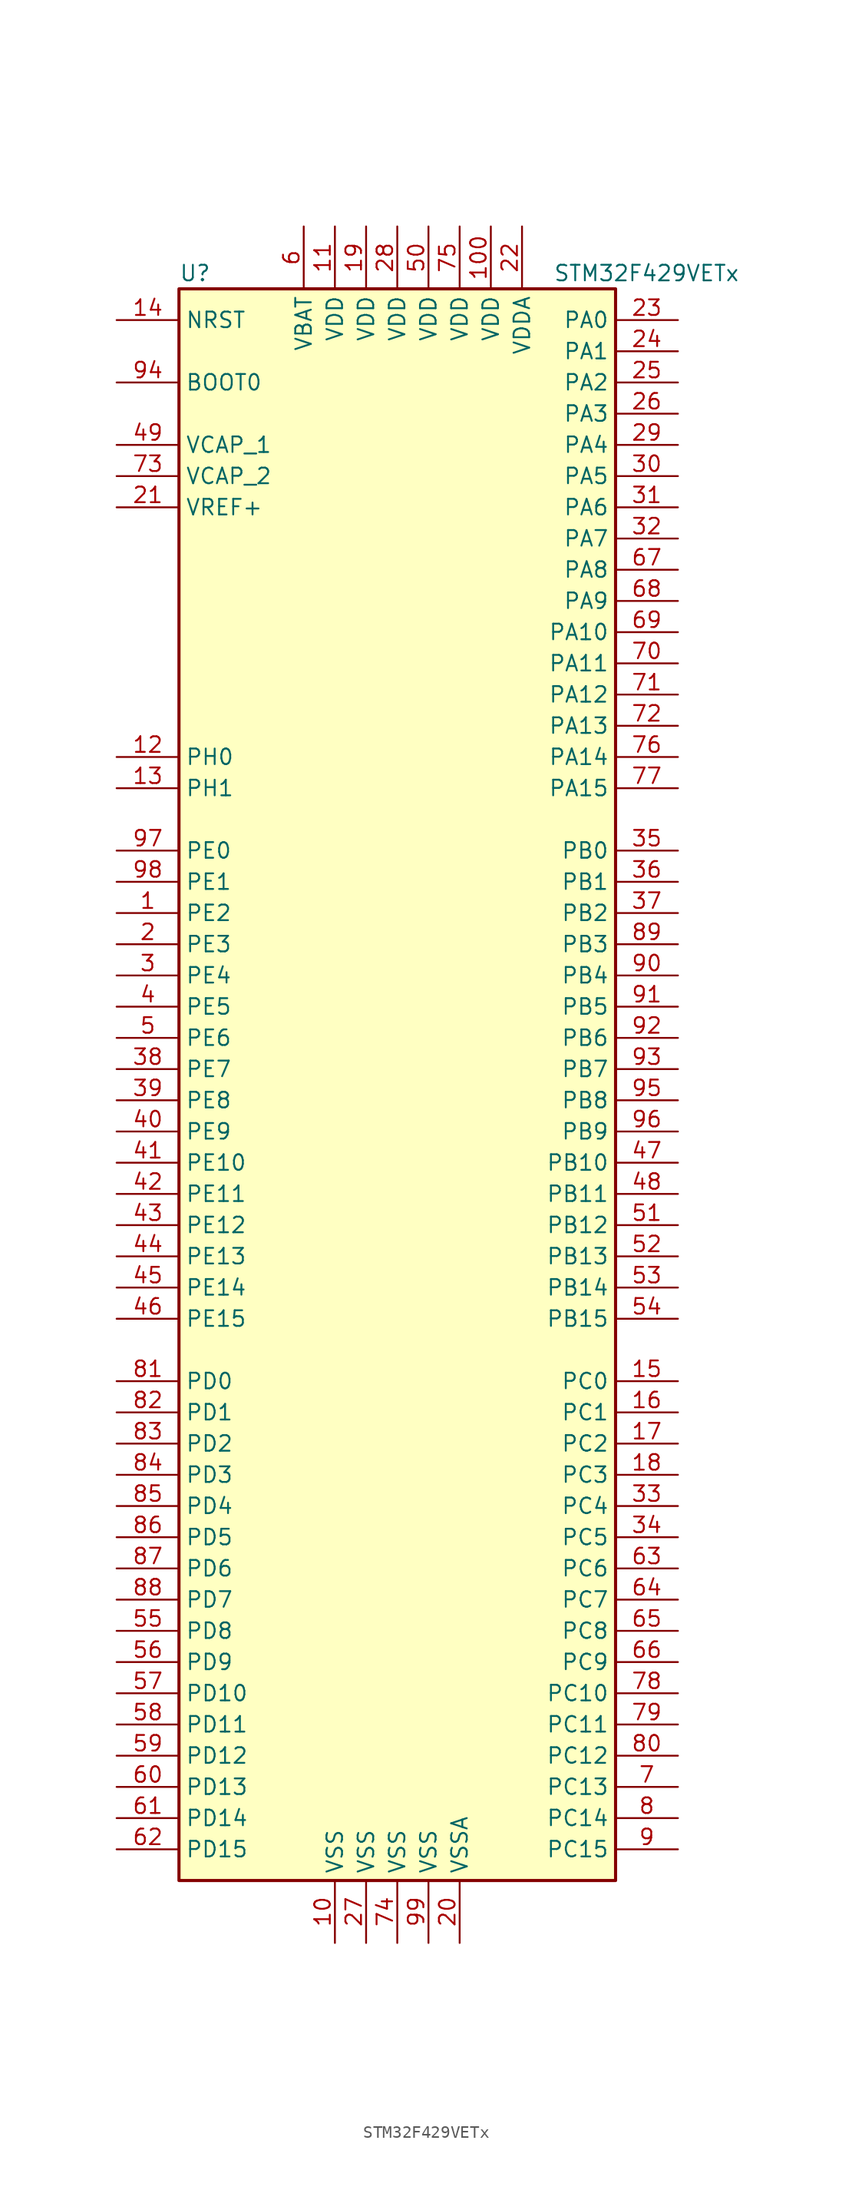
<source format=kicad_sym>
(kicad_symbol_lib
  (version 20201005)
  (generator kicad_symbol_editor)
  (symbol "STM32F429VETx"
    (property "Reference" "U"
      (at -17.78 64.77 0)
      (effects (font (size 1.27 1.27)) (justify left)))
    (property "Value" "STM32F429VETx"
      (at 12.7 64.77 0)
      (effects (font (size 1.27 1.27)) (justify left)))
    (symbol "STM32F429VETx_0_1"
      (rectangle (start -17.78 -66.04) (end 17.78 63.5) (stroke (width 0.254)) (fill (type background))))
    (symbol "STM32F429VETx_1_1"
      (pin input line (at -22.86 55.88 0) (length 5.08) (name "BOOT0" (effects (font (size 1.27 1.27)))) (number "94" (effects (font (size 1.27 1.27)))))
      (pin input line (at -22.86 60.96 0) (length 5.08) (name "NRST" (effects (font (size 1.27 1.27)))) (number "14" (effects (font (size 1.27 1.27)))))
      (pin bidirectional line (at 22.86 60.96 180) (length 5.08) (name "PA0" (effects (font (size 1.27 1.27)))) (number "23" (effects (font (size 1.27 1.27)))))
      (pin bidirectional line (at 22.86 58.42 180) (length 5.08) (name "PA1" (effects (font (size 1.27 1.27)))) (number "24" (effects (font (size 1.27 1.27)))))
      (pin bidirectional line (at 22.86 35.56 180) (length 5.08) (name "PA10" (effects (font (size 1.27 1.27)))) (number "69" (effects (font (size 1.27 1.27)))))
      (pin bidirectional line (at 22.86 33.02 180) (length 5.08) (name "PA11" (effects (font (size 1.27 1.27)))) (number "70" (effects (font (size 1.27 1.27)))))
      (pin bidirectional line (at 22.86 30.48 180) (length 5.08) (name "PA12" (effects (font (size 1.27 1.27)))) (number "71" (effects (font (size 1.27 1.27)))))
      (pin bidirectional line (at 22.86 27.94 180) (length 5.08) (name "PA13" (effects (font (size 1.27 1.27)))) (number "72" (effects (font (size 1.27 1.27)))))
      (pin bidirectional line (at 22.86 25.4 180) (length 5.08) (name "PA14" (effects (font (size 1.27 1.27)))) (number "76" (effects (font (size 1.27 1.27)))))
      (pin bidirectional line (at 22.86 22.86 180) (length 5.08) (name "PA15" (effects (font (size 1.27 1.27)))) (number "77" (effects (font (size 1.27 1.27)))))
      (pin bidirectional line (at 22.86 55.88 180) (length 5.08) (name "PA2" (effects (font (size 1.27 1.27)))) (number "25" (effects (font (size 1.27 1.27)))))
      (pin bidirectional line (at 22.86 53.34 180) (length 5.08) (name "PA3" (effects (font (size 1.27 1.27)))) (number "26" (effects (font (size 1.27 1.27)))))
      (pin bidirectional line (at 22.86 50.8 180) (length 5.08) (name "PA4" (effects (font (size 1.27 1.27)))) (number "29" (effects (font (size 1.27 1.27)))))
      (pin bidirectional line (at 22.86 48.26 180) (length 5.08) (name "PA5" (effects (font (size 1.27 1.27)))) (number "30" (effects (font (size 1.27 1.27)))))
      (pin bidirectional line (at 22.86 45.72 180) (length 5.08) (name "PA6" (effects (font (size 1.27 1.27)))) (number "31" (effects (font (size 1.27 1.27)))))
      (pin bidirectional line (at 22.86 43.18 180) (length 5.08) (name "PA7" (effects (font (size 1.27 1.27)))) (number "32" (effects (font (size 1.27 1.27)))))
      (pin bidirectional line (at 22.86 40.64 180) (length 5.08) (name "PA8" (effects (font (size 1.27 1.27)))) (number "67" (effects (font (size 1.27 1.27)))))
      (pin bidirectional line (at 22.86 38.1 180) (length 5.08) (name "PA9" (effects (font (size 1.27 1.27)))) (number "68" (effects (font (size 1.27 1.27)))))
      (pin bidirectional line (at 22.86 17.78 180) (length 5.08) (name "PB0" (effects (font (size 1.27 1.27)))) (number "35" (effects (font (size 1.27 1.27)))))
      (pin bidirectional line (at 22.86 15.24 180) (length 5.08) (name "PB1" (effects (font (size 1.27 1.27)))) (number "36" (effects (font (size 1.27 1.27)))))
      (pin bidirectional line (at 22.86 -7.62 180) (length 5.08) (name "PB10" (effects (font (size 1.27 1.27)))) (number "47" (effects (font (size 1.27 1.27)))))
      (pin bidirectional line (at 22.86 -10.16 180) (length 5.08) (name "PB11" (effects (font (size 1.27 1.27)))) (number "48" (effects (font (size 1.27 1.27)))))
      (pin bidirectional line (at 22.86 -12.7 180) (length 5.08) (name "PB12" (effects (font (size 1.27 1.27)))) (number "51" (effects (font (size 1.27 1.27)))))
      (pin bidirectional line (at 22.86 -15.24 180) (length 5.08) (name "PB13" (effects (font (size 1.27 1.27)))) (number "52" (effects (font (size 1.27 1.27)))))
      (pin bidirectional line (at 22.86 -17.78 180) (length 5.08) (name "PB14" (effects (font (size 1.27 1.27)))) (number "53" (effects (font (size 1.27 1.27)))))
      (pin bidirectional line (at 22.86 -20.32 180) (length 5.08) (name "PB15" (effects (font (size 1.27 1.27)))) (number "54" (effects (font (size 1.27 1.27)))))
      (pin bidirectional line (at 22.86 12.7 180) (length 5.08) (name "PB2" (effects (font (size 1.27 1.27)))) (number "37" (effects (font (size 1.27 1.27)))))
      (pin bidirectional line (at 22.86 10.16 180) (length 5.08) (name "PB3" (effects (font (size 1.27 1.27)))) (number "89" (effects (font (size 1.27 1.27)))))
      (pin bidirectional line (at 22.86 7.62 180) (length 5.08) (name "PB4" (effects (font (size 1.27 1.27)))) (number "90" (effects (font (size 1.27 1.27)))))
      (pin bidirectional line (at 22.86 5.08 180) (length 5.08) (name "PB5" (effects (font (size 1.27 1.27)))) (number "91" (effects (font (size 1.27 1.27)))))
      (pin bidirectional line (at 22.86 2.54 180) (length 5.08) (name "PB6" (effects (font (size 1.27 1.27)))) (number "92" (effects (font (size 1.27 1.27)))))
      (pin bidirectional line (at 22.86 0 180) (length 5.08) (name "PB7" (effects (font (size 1.27 1.27)))) (number "93" (effects (font (size 1.27 1.27)))))
      (pin bidirectional line (at 22.86 -2.54 180) (length 5.08) (name "PB8" (effects (font (size 1.27 1.27)))) (number "95" (effects (font (size 1.27 1.27)))))
      (pin bidirectional line (at 22.86 -5.08 180) (length 5.08) (name "PB9" (effects (font (size 1.27 1.27)))) (number "96" (effects (font (size 1.27 1.27)))))
      (pin bidirectional line (at 22.86 -25.4 180) (length 5.08) (name "PC0" (effects (font (size 1.27 1.27)))) (number "15" (effects (font (size 1.27 1.27)))))
      (pin bidirectional line (at 22.86 -27.94 180) (length 5.08) (name "PC1" (effects (font (size 1.27 1.27)))) (number "16" (effects (font (size 1.27 1.27)))))
      (pin bidirectional line (at 22.86 -50.8 180) (length 5.08) (name "PC10" (effects (font (size 1.27 1.27)))) (number "78" (effects (font (size 1.27 1.27)))))
      (pin bidirectional line (at 22.86 -53.34 180) (length 5.08) (name "PC11" (effects (font (size 1.27 1.27)))) (number "79" (effects (font (size 1.27 1.27)))))
      (pin bidirectional line (at 22.86 -55.88 180) (length 5.08) (name "PC12" (effects (font (size 1.27 1.27)))) (number "80" (effects (font (size 1.27 1.27)))))
      (pin bidirectional line (at 22.86 -58.42 180) (length 5.08) (name "PC13" (effects (font (size 1.27 1.27)))) (number "7" (effects (font (size 1.27 1.27)))))
      (pin bidirectional line (at 22.86 -60.96 180) (length 5.08) (name "PC14" (effects (font (size 1.27 1.27)))) (number "8" (effects (font (size 1.27 1.27)))))
      (pin bidirectional line (at 22.86 -63.5 180) (length 5.08) (name "PC15" (effects (font (size 1.27 1.27)))) (number "9" (effects (font (size 1.27 1.27)))))
      (pin bidirectional line (at 22.86 -30.48 180) (length 5.08) (name "PC2" (effects (font (size 1.27 1.27)))) (number "17" (effects (font (size 1.27 1.27)))))
      (pin bidirectional line (at 22.86 -33.02 180) (length 5.08) (name "PC3" (effects (font (size 1.27 1.27)))) (number "18" (effects (font (size 1.27 1.27)))))
      (pin bidirectional line (at 22.86 -35.56 180) (length 5.08) (name "PC4" (effects (font (size 1.27 1.27)))) (number "33" (effects (font (size 1.27 1.27)))))
      (pin bidirectional line (at 22.86 -38.1 180) (length 5.08) (name "PC5" (effects (font (size 1.27 1.27)))) (number "34" (effects (font (size 1.27 1.27)))))
      (pin bidirectional line (at 22.86 -40.64 180) (length 5.08) (name "PC6" (effects (font (size 1.27 1.27)))) (number "63" (effects (font (size 1.27 1.27)))))
      (pin bidirectional line (at 22.86 -43.18 180) (length 5.08) (name "PC7" (effects (font (size 1.27 1.27)))) (number "64" (effects (font (size 1.27 1.27)))))
      (pin bidirectional line (at 22.86 -45.72 180) (length 5.08) (name "PC8" (effects (font (size 1.27 1.27)))) (number "65" (effects (font (size 1.27 1.27)))))
      (pin bidirectional line (at 22.86 -48.26 180) (length 5.08) (name "PC9" (effects (font (size 1.27 1.27)))) (number "66" (effects (font (size 1.27 1.27)))))
      (pin bidirectional line (at -22.86 -25.4 0) (length 5.08) (name "PD0" (effects (font (size 1.27 1.27)))) (number "81" (effects (font (size 1.27 1.27)))))
      (pin bidirectional line (at -22.86 -27.94 0) (length 5.08) (name "PD1" (effects (font (size 1.27 1.27)))) (number "82" (effects (font (size 1.27 1.27)))))
      (pin bidirectional line (at -22.86 -50.8 0) (length 5.08) (name "PD10" (effects (font (size 1.27 1.27)))) (number "57" (effects (font (size 1.27 1.27)))))
      (pin bidirectional line (at -22.86 -53.34 0) (length 5.08) (name "PD11" (effects (font (size 1.27 1.27)))) (number "58" (effects (font (size 1.27 1.27)))))
      (pin bidirectional line (at -22.86 -55.88 0) (length 5.08) (name "PD12" (effects (font (size 1.27 1.27)))) (number "59" (effects (font (size 1.27 1.27)))))
      (pin bidirectional line (at -22.86 -58.42 0) (length 5.08) (name "PD13" (effects (font (size 1.27 1.27)))) (number "60" (effects (font (size 1.27 1.27)))))
      (pin bidirectional line (at -22.86 -60.96 0) (length 5.08) (name "PD14" (effects (font (size 1.27 1.27)))) (number "61" (effects (font (size 1.27 1.27)))))
      (pin bidirectional line (at -22.86 -63.5 0) (length 5.08) (name "PD15" (effects (font (size 1.27 1.27)))) (number "62" (effects (font (size 1.27 1.27)))))
      (pin bidirectional line (at -22.86 -30.48 0) (length 5.08) (name "PD2" (effects (font (size 1.27 1.27)))) (number "83" (effects (font (size 1.27 1.27)))))
      (pin bidirectional line (at -22.86 -33.02 0) (length 5.08) (name "PD3" (effects (font (size 1.27 1.27)))) (number "84" (effects (font (size 1.27 1.27)))))
      (pin bidirectional line (at -22.86 -35.56 0) (length 5.08) (name "PD4" (effects (font (size 1.27 1.27)))) (number "85" (effects (font (size 1.27 1.27)))))
      (pin bidirectional line (at -22.86 -38.1 0) (length 5.08) (name "PD5" (effects (font (size 1.27 1.27)))) (number "86" (effects (font (size 1.27 1.27)))))
      (pin bidirectional line (at -22.86 -40.64 0) (length 5.08) (name "PD6" (effects (font (size 1.27 1.27)))) (number "87" (effects (font (size 1.27 1.27)))))
      (pin bidirectional line (at -22.86 -43.18 0) (length 5.08) (name "PD7" (effects (font (size 1.27 1.27)))) (number "88" (effects (font (size 1.27 1.27)))))
      (pin bidirectional line (at -22.86 -45.72 0) (length 5.08) (name "PD8" (effects (font (size 1.27 1.27)))) (number "55" (effects (font (size 1.27 1.27)))))
      (pin bidirectional line (at -22.86 -48.26 0) (length 5.08) (name "PD9" (effects (font (size 1.27 1.27)))) (number "56" (effects (font (size 1.27 1.27)))))
      (pin bidirectional line (at -22.86 17.78 0) (length 5.08) (name "PE0" (effects (font (size 1.27 1.27)))) (number "97" (effects (font (size 1.27 1.27)))))
      (pin bidirectional line (at -22.86 15.24 0) (length 5.08) (name "PE1" (effects (font (size 1.27 1.27)))) (number "98" (effects (font (size 1.27 1.27)))))
      (pin bidirectional line (at -22.86 -7.62 0) (length 5.08) (name "PE10" (effects (font (size 1.27 1.27)))) (number "41" (effects (font (size 1.27 1.27)))))
      (pin bidirectional line (at -22.86 -10.16 0) (length 5.08) (name "PE11" (effects (font (size 1.27 1.27)))) (number "42" (effects (font (size 1.27 1.27)))))
      (pin bidirectional line (at -22.86 -12.7 0) (length 5.08) (name "PE12" (effects (font (size 1.27 1.27)))) (number "43" (effects (font (size 1.27 1.27)))))
      (pin bidirectional line (at -22.86 -15.24 0) (length 5.08) (name "PE13" (effects (font (size 1.27 1.27)))) (number "44" (effects (font (size 1.27 1.27)))))
      (pin bidirectional line (at -22.86 -17.78 0) (length 5.08) (name "PE14" (effects (font (size 1.27 1.27)))) (number "45" (effects (font (size 1.27 1.27)))))
      (pin bidirectional line (at -22.86 -20.32 0) (length 5.08) (name "PE15" (effects (font (size 1.27 1.27)))) (number "46" (effects (font (size 1.27 1.27)))))
      (pin bidirectional line (at -22.86 12.7 0) (length 5.08) (name "PE2" (effects (font (size 1.27 1.27)))) (number "1" (effects (font (size 1.27 1.27)))))
      (pin bidirectional line (at -22.86 10.16 0) (length 5.08) (name "PE3" (effects (font (size 1.27 1.27)))) (number "2" (effects (font (size 1.27 1.27)))))
      (pin bidirectional line (at -22.86 7.62 0) (length 5.08) (name "PE4" (effects (font (size 1.27 1.27)))) (number "3" (effects (font (size 1.27 1.27)))))
      (pin bidirectional line (at -22.86 5.08 0) (length 5.08) (name "PE5" (effects (font (size 1.27 1.27)))) (number "4" (effects (font (size 1.27 1.27)))))
      (pin bidirectional line (at -22.86 2.54 0) (length 5.08) (name "PE6" (effects (font (size 1.27 1.27)))) (number "5" (effects (font (size 1.27 1.27)))))
      (pin bidirectional line (at -22.86 0 0) (length 5.08) (name "PE7" (effects (font (size 1.27 1.27)))) (number "38" (effects (font (size 1.27 1.27)))))
      (pin bidirectional line (at -22.86 -2.54 0) (length 5.08) (name "PE8" (effects (font (size 1.27 1.27)))) (number "39" (effects (font (size 1.27 1.27)))))
      (pin bidirectional line (at -22.86 -5.08 0) (length 5.08) (name "PE9" (effects (font (size 1.27 1.27)))) (number "40" (effects (font (size 1.27 1.27)))))
      (pin input line (at -22.86 25.4 0) (length 5.08) (name "PH0" (effects (font (size 1.27 1.27)))) (number "12" (effects (font (size 1.27 1.27)))))
      (pin input line (at -22.86 22.86 0) (length 5.08) (name "PH1" (effects (font (size 1.27 1.27)))) (number "13" (effects (font (size 1.27 1.27)))))
      (pin power_in line (at -7.62 68.58 270) (length 5.08) (name "VBAT" (effects (font (size 1.27 1.27)))) (number "6" (effects (font (size 1.27 1.27)))))
      (pin power_in line (at -22.86 50.8 0) (length 5.08) (name "VCAP_1" (effects (font (size 1.27 1.27)))) (number "49" (effects (font (size 1.27 1.27)))))
      (pin power_in line (at -22.86 48.26 0) (length 5.08) (name "VCAP_2" (effects (font (size 1.27 1.27)))) (number "73" (effects (font (size 1.27 1.27)))))
      (pin power_in line (at 7.62 68.58 270) (length 5.08) (name "VDD" (effects (font (size 1.27 1.27)))) (number "100" (effects (font (size 1.27 1.27)))))
      (pin power_in line (at -5.08 68.58 270) (length 5.08) (name "VDD" (effects (font (size 1.27 1.27)))) (number "11" (effects (font (size 1.27 1.27)))))
      (pin power_in line (at -2.54 68.58 270) (length 5.08) (name "VDD" (effects (font (size 1.27 1.27)))) (number "19" (effects (font (size 1.27 1.27)))))
      (pin power_in line (at 0 68.58 270) (length 5.08) (name "VDD" (effects (font (size 1.27 1.27)))) (number "28" (effects (font (size 1.27 1.27)))))
      (pin power_in line (at 2.54 68.58 270) (length 5.08) (name "VDD" (effects (font (size 1.27 1.27)))) (number "50" (effects (font (size 1.27 1.27)))))
      (pin power_in line (at 5.08 68.58 270) (length 5.08) (name "VDD" (effects (font (size 1.27 1.27)))) (number "75" (effects (font (size 1.27 1.27)))))
      (pin power_in line (at 10.16 68.58 270) (length 5.08) (name "VDDA" (effects (font (size 1.27 1.27)))) (number "22" (effects (font (size 1.27 1.27)))))
      (pin power_in line (at -22.86 45.72 0) (length 5.08) (name "VREF+" (effects (font (size 1.27 1.27)))) (number "21" (effects (font (size 1.27 1.27)))))
      (pin power_in line (at -5.08 -71.12 90) (length 5.08) (name "VSS" (effects (font (size 1.27 1.27)))) (number "10" (effects (font (size 1.27 1.27)))))
      (pin power_in line (at -2.54 -71.12 90) (length 5.08) (name "VSS" (effects (font (size 1.27 1.27)))) (number "27" (effects (font (size 1.27 1.27)))))
      (pin power_in line (at 0 -71.12 90) (length 5.08) (name "VSS" (effects (font (size 1.27 1.27)))) (number "74" (effects (font (size 1.27 1.27)))))
      (pin power_in line (at 2.54 -71.12 90) (length 5.08) (name "VSS" (effects (font (size 1.27 1.27)))) (number "99" (effects (font (size 1.27 1.27)))))
      (pin power_in line (at 5.08 -71.12 90) (length 5.08) (name "VSSA" (effects (font (size 1.27 1.27)))) (number "20" (effects (font (size 1.27 1.27))))))))
</source>
